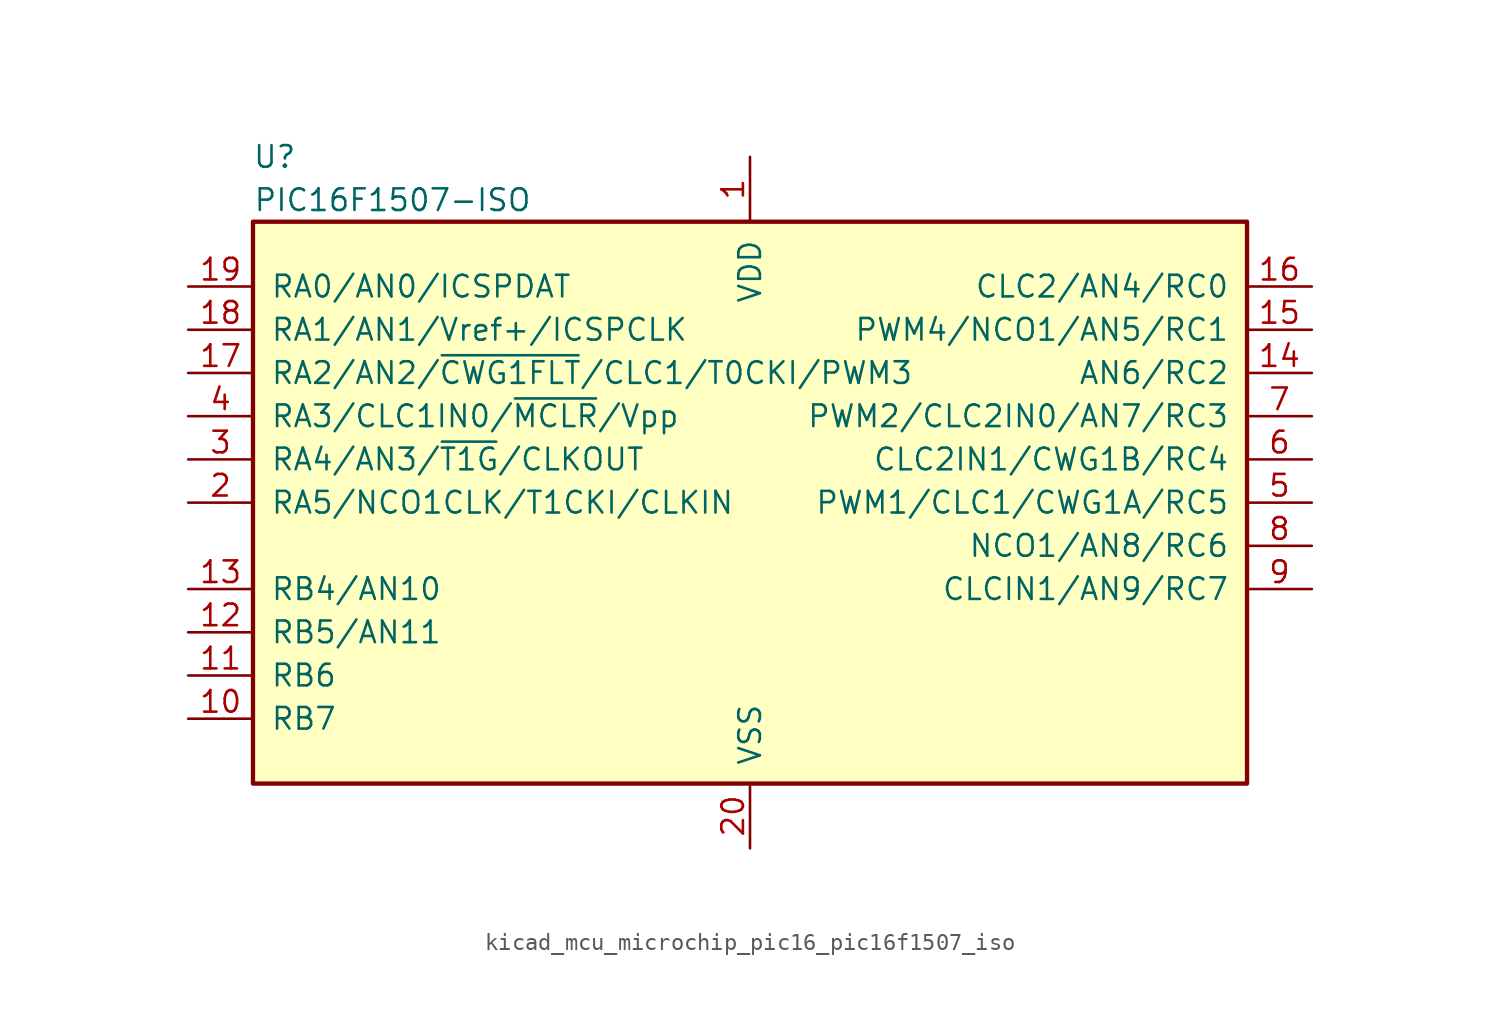
<source format=kicad_sym>
(kicad_symbol_lib
  (version 20220914)
  (generator kicad_symbol_editor)
  (symbol "kicad_mcu_microchip_pic16_pic16f1507_iso"
    (pin_names
      (offset 1.016))
    (property "Reference" "U"
      (at -27.94 20.32 0)
      (effects (font (size 1.27 1.27))))
    (property "Value" "PIC16F1507-ISO"
      (at -29.21 17.78 0)
      (effects (font (size 1.27 1.27)) (justify left)))
    (symbol "kicad_mcu_microchip_pic16_pic16f1507_iso_0_1"
      (rectangle (start -29.21 16.51) (end 29.21 -16.51) (stroke (width 0.254) (type default)) (fill (type background))))
    (symbol "kicad_mcu_microchip_pic16_pic16f1507_iso_1_1"
      (pin power_in line (at 0 20.32 270) (length 3.81) (name "VDD" (effects (font (size 1.27 1.27)))) (number "1" (effects (font (size 1.27 1.27)))))
      (pin bidirectional line (at -33.02 -12.7 0) (length 3.81) (name "RB7" (effects (font (size 1.27 1.27)))) (number "10" (effects (font (size 1.27 1.27)))))
      (pin bidirectional line (at -33.02 -10.16 0) (length 3.81) (name "RB6" (effects (font (size 1.27 1.27)))) (number "11" (effects (font (size 1.27 1.27)))))
      (pin bidirectional line (at -33.02 -7.62 0) (length 3.81) (name "RB5/AN11" (effects (font (size 1.27 1.27)))) (number "12" (effects (font (size 1.27 1.27)))))
      (pin bidirectional line (at -33.02 -5.08 0) (length 3.81) (name "RB4/AN10" (effects (font (size 1.27 1.27)))) (number "13" (effects (font (size 1.27 1.27)))))
      (pin bidirectional line (at 33.02 7.62 180) (length 3.81) (name "AN6/RC2" (effects (font (size 1.27 1.27)))) (number "14" (effects (font (size 1.27 1.27)))))
      (pin bidirectional line (at 33.02 10.16 180) (length 3.81) (name "PWM4/NCO1/AN5/RC1" (effects (font (size 1.27 1.27)))) (number "15" (effects (font (size 1.27 1.27)))))
      (pin bidirectional line (at 33.02 12.7 180) (length 3.81) (name "CLC2/AN4/RC0" (effects (font (size 1.27 1.27)))) (number "16" (effects (font (size 1.27 1.27)))))
      (pin bidirectional line (at -33.02 7.62 0) (length 3.81) (name "RA2/AN2/~{CWG1FLT}/CLC1/T0CKI/PWM3" (effects (font (size 1.27 1.27)))) (number "17" (effects (font (size 1.27 1.27)))))
      (pin bidirectional line (at -33.02 10.16 0) (length 3.81) (name "RA1/AN1/Vref+/ICSPCLK" (effects (font (size 1.27 1.27)))) (number "18" (effects (font (size 1.27 1.27)))))
      (pin bidirectional line (at -33.02 12.7 0) (length 3.81) (name "RA0/AN0/ICSPDAT" (effects (font (size 1.27 1.27)))) (number "19" (effects (font (size 1.27 1.27)))))
      (pin bidirectional line (at -33.02 0 0) (length 3.81) (name "RA5/NCO1CLK/T1CKI/CLKIN" (effects (font (size 1.27 1.27)))) (number "2" (effects (font (size 1.27 1.27)))))
      (pin power_in line (at 0 -20.32 90) (length 3.81) (name "VSS" (effects (font (size 1.27 1.27)))) (number "20" (effects (font (size 1.27 1.27)))))
      (pin bidirectional line (at -33.02 2.54 0) (length 3.81) (name "RA4/AN3/~{T1G}/CLKOUT" (effects (font (size 1.27 1.27)))) (number "3" (effects (font (size 1.27 1.27)))))
      (pin input line (at -33.02 5.08 0) (length 3.81) (name "RA3/CLC1IN0/~{MCLR}/Vpp" (effects (font (size 1.27 1.27)))) (number "4" (effects (font (size 1.27 1.27)))))
      (pin bidirectional line (at 33.02 0 180) (length 3.81) (name "PWM1/CLC1/CWG1A/RC5" (effects (font (size 1.27 1.27)))) (number "5" (effects (font (size 1.27 1.27)))))
      (pin bidirectional line (at 33.02 2.54 180) (length 3.81) (name "CLC2IN1/CWG1B/RC4" (effects (font (size 1.27 1.27)))) (number "6" (effects (font (size 1.27 1.27)))))
      (pin bidirectional line (at 33.02 5.08 180) (length 3.81) (name "PWM2/CLC2IN0/AN7/RC3" (effects (font (size 1.27 1.27)))) (number "7" (effects (font (size 1.27 1.27)))))
      (pin bidirectional line (at 33.02 -2.54 180) (length 3.81) (name "NCO1/AN8/RC6" (effects (font (size 1.27 1.27)))) (number "8" (effects (font (size 1.27 1.27)))))
      (pin bidirectional line (at 33.02 -5.08 180) (length 3.81) (name "CLCIN1/AN9/RC7" (effects (font (size 1.27 1.27)))) (number "9" (effects (font (size 1.27 1.27))))))))
</source>
